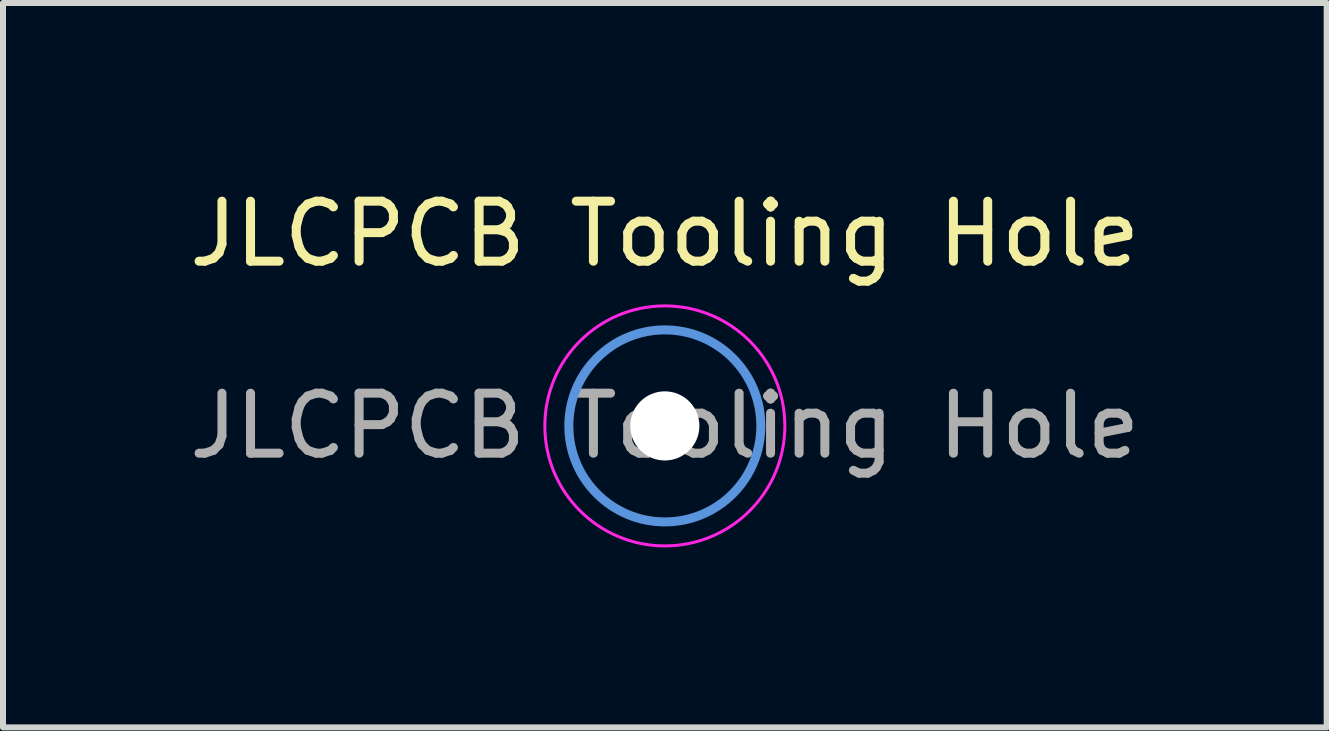
<source format=kicad_pcb>
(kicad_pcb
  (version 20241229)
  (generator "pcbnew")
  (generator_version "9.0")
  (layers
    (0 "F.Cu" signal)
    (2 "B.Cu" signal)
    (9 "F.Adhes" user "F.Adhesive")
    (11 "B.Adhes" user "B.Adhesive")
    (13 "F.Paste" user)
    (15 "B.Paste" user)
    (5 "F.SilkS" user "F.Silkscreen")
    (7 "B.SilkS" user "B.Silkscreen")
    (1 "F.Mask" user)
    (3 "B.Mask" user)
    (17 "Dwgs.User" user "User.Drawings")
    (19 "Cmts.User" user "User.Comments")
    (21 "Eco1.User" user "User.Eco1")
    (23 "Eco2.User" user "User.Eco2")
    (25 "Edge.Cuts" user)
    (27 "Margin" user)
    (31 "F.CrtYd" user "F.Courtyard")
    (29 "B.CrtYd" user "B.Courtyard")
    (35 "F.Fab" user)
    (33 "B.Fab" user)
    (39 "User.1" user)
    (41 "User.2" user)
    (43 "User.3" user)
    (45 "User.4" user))
  (footprint "JLCPCB Tooling Hole"
    (layer "F.Cu")
    (at 8.03 4.048)
    (property "Reference" "JLCPCB Tooling Hole" (at 0 -3.2 0) (layer "F.SilkS") (effects (font (size 1 1) (thickness 0.15))))
    (attr exclude_from_pos_files exclude_from_bom)
    (fp_circle (center 0 0) (end 1.6 0) (stroke (width 0.15) (type solid)) (fill no) (layer "Cmts.User"))
    (fp_circle (center 0 0) (end 2 0) (stroke (width 0.05) (type solid)) (fill no) (layer "F.CrtYd"))
    (fp_text user "${REFERENCE}" (at 0 0 0) (layer "F.Fab") (effects (font (size 1 1) (thickness 0.15))))
    (pad "" np_thru_hole circle (at 0 0) (size 1.152 1.152) (drill 1.152) (layers "*.Cu" "*.Mask")))
  (gr_rect
    (start -3 -3)
    (end 19.06 9.073)
    (stroke (width 0.1) (type default))
    (fill no)
    (layer "Edge.Cuts")))
</source>
